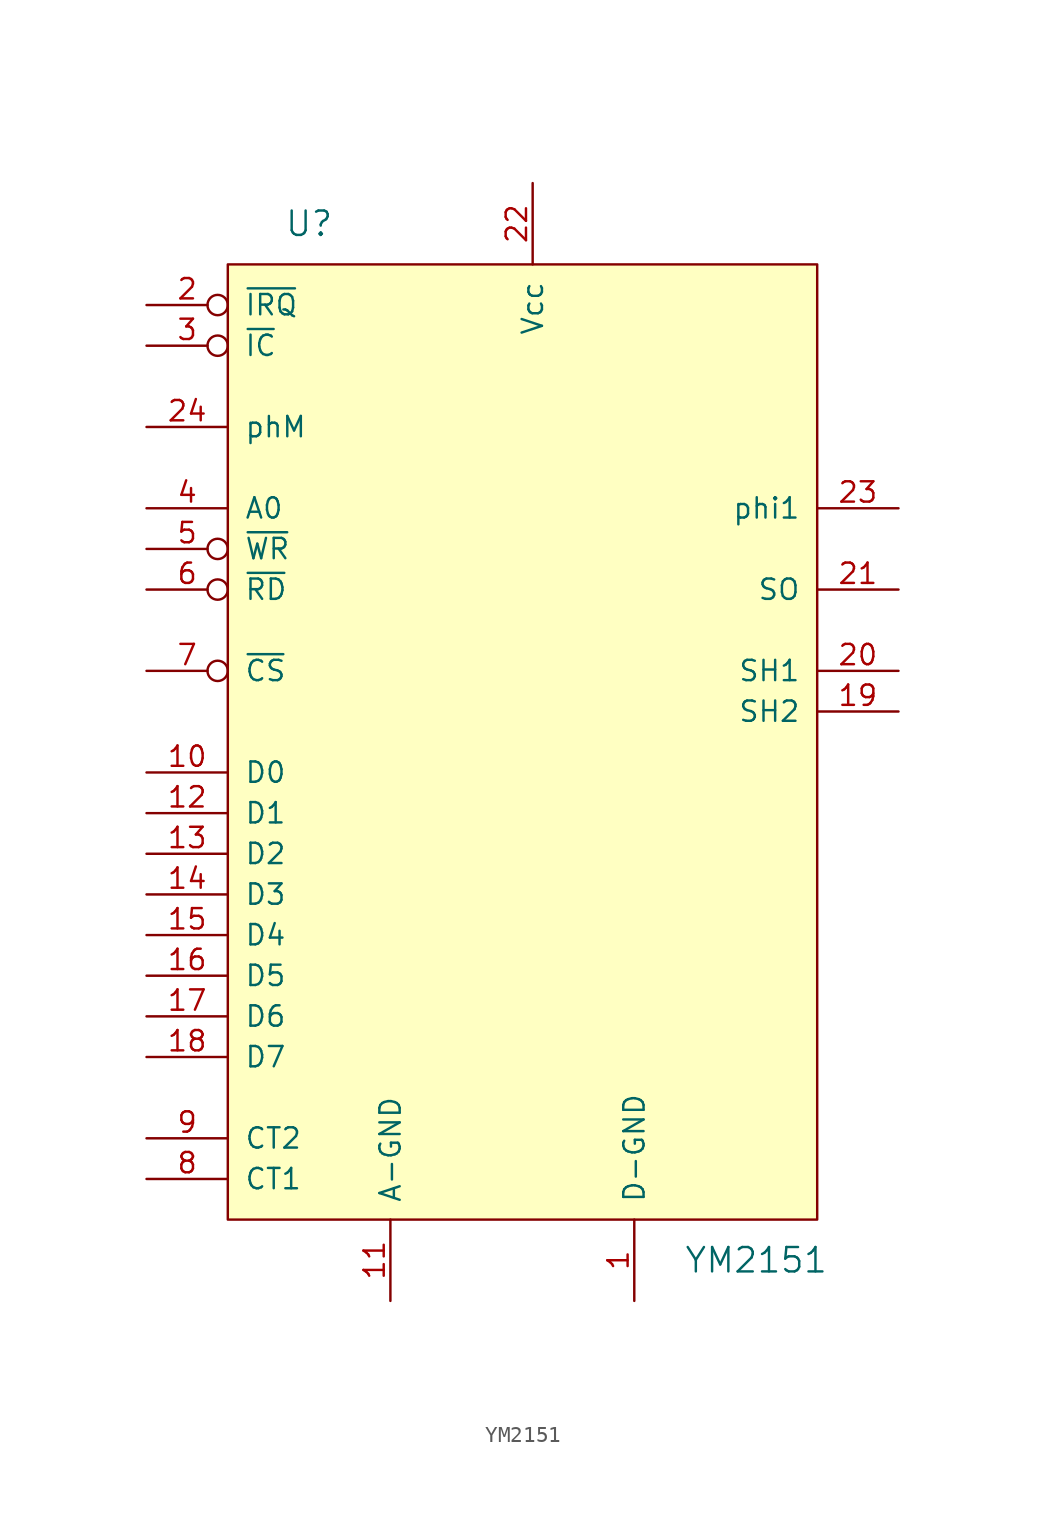
<source format=kicad_sym>
(kicad_symbol_lib
  (version 20211014)
  (generator kicad_symbol_editor)
  (symbol "YM2151"
    (pin_names
      (offset 1.016))
    (property "Reference" "U"
      (at -13.97 33.02 0)
      (effects (font (size 1.524 1.524))))
    (property "Value" "YM2151"
      (at 13.97 -31.75 0)
      (effects (font (size 1.524 1.524))))
    (symbol "YM2151_0_1"
      (rectangle (start -19.05 30.48) (end 17.78 -29.21) (stroke (width 0) (type default) (color 0 0 0 0)) (fill (type background))))
    (symbol "YM2151_1_1"
      (pin power_in line (at 6.35 -34.29 90) (length 5.08) (name "D-GND" (effects (font (size 1.27 1.27)))) (number "1" (effects (font (size 1.27 1.27)))))
      (pin input line (at -24.13 -1.27 0) (length 5.08) (name "D0" (effects (font (size 1.27 1.27)))) (number "10" (effects (font (size 1.27 1.27)))))
      (pin power_in line (at -8.89 -34.29 90) (length 5.08) (name "A-GND" (effects (font (size 1.27 1.27)))) (number "11" (effects (font (size 1.27 1.27)))))
      (pin input line (at -24.13 -3.81 0) (length 5.08) (name "D1" (effects (font (size 1.27 1.27)))) (number "12" (effects (font (size 1.27 1.27)))))
      (pin input line (at -24.13 -6.35 0) (length 5.08) (name "D2" (effects (font (size 1.27 1.27)))) (number "13" (effects (font (size 1.27 1.27)))))
      (pin input line (at -24.13 -8.89 0) (length 5.08) (name "D3" (effects (font (size 1.27 1.27)))) (number "14" (effects (font (size 1.27 1.27)))))
      (pin input line (at -24.13 -11.43 0) (length 5.08) (name "D4" (effects (font (size 1.27 1.27)))) (number "15" (effects (font (size 1.27 1.27)))))
      (pin input line (at -24.13 -13.97 0) (length 5.08) (name "D5" (effects (font (size 1.27 1.27)))) (number "16" (effects (font (size 1.27 1.27)))))
      (pin input line (at -24.13 -16.51 0) (length 5.08) (name "D6" (effects (font (size 1.27 1.27)))) (number "17" (effects (font (size 1.27 1.27)))))
      (pin input line (at -24.13 -19.05 0) (length 5.08) (name "D7" (effects (font (size 1.27 1.27)))) (number "18" (effects (font (size 1.27 1.27)))))
      (pin output line (at 22.86 2.54 180) (length 5.08) (name "SH2" (effects (font (size 1.27 1.27)))) (number "19" (effects (font (size 1.27 1.27)))))
      (pin input inverted (at -24.13 27.94 0) (length 5.08) (name "~{IRQ}" (effects (font (size 1.27 1.27)))) (number "2" (effects (font (size 1.27 1.27)))))
      (pin output line (at 22.86 5.08 180) (length 5.08) (name "SH1" (effects (font (size 1.27 1.27)))) (number "20" (effects (font (size 1.27 1.27)))))
      (pin output line (at 22.86 10.16 180) (length 5.08) (name "SO" (effects (font (size 1.27 1.27)))) (number "21" (effects (font (size 1.27 1.27)))))
      (pin power_in line (at 0 35.56 270) (length 5.08) (name "Vcc" (effects (font (size 1.27 1.27)))) (number "22" (effects (font (size 1.27 1.27)))))
      (pin output line (at 22.86 15.24 180) (length 5.08) (name "phi1" (effects (font (size 1.27 1.27)))) (number "23" (effects (font (size 1.27 1.27)))))
      (pin input line (at -24.13 20.32 0) (length 5.08) (name "phM" (effects (font (size 1.27 1.27)))) (number "24" (effects (font (size 1.27 1.27)))))
      (pin input inverted (at -24.13 25.4 0) (length 5.08) (name "~{IC}" (effects (font (size 1.27 1.27)))) (number "3" (effects (font (size 1.27 1.27)))))
      (pin input line (at -24.13 15.24 0) (length 5.08) (name "A0" (effects (font (size 1.27 1.27)))) (number "4" (effects (font (size 1.27 1.27)))))
      (pin input inverted (at -24.13 12.7 0) (length 5.08) (name "~{WR}" (effects (font (size 1.27 1.27)))) (number "5" (effects (font (size 1.27 1.27)))))
      (pin input inverted (at -24.13 10.16 0) (length 5.08) (name "~{RD}" (effects (font (size 1.27 1.27)))) (number "6" (effects (font (size 1.27 1.27)))))
      (pin input inverted (at -24.13 5.08 0) (length 5.08) (name "~{CS}" (effects (font (size 1.27 1.27)))) (number "7" (effects (font (size 1.27 1.27)))))
      (pin input line (at -24.13 -26.67 0) (length 5.08) (name "CT1" (effects (font (size 1.27 1.27)))) (number "8" (effects (font (size 1.27 1.27)))))
      (pin input line (at -24.13 -24.13 0) (length 5.08) (name "CT2" (effects (font (size 1.27 1.27)))) (number "9" (effects (font (size 1.27 1.27))))))))
</source>
